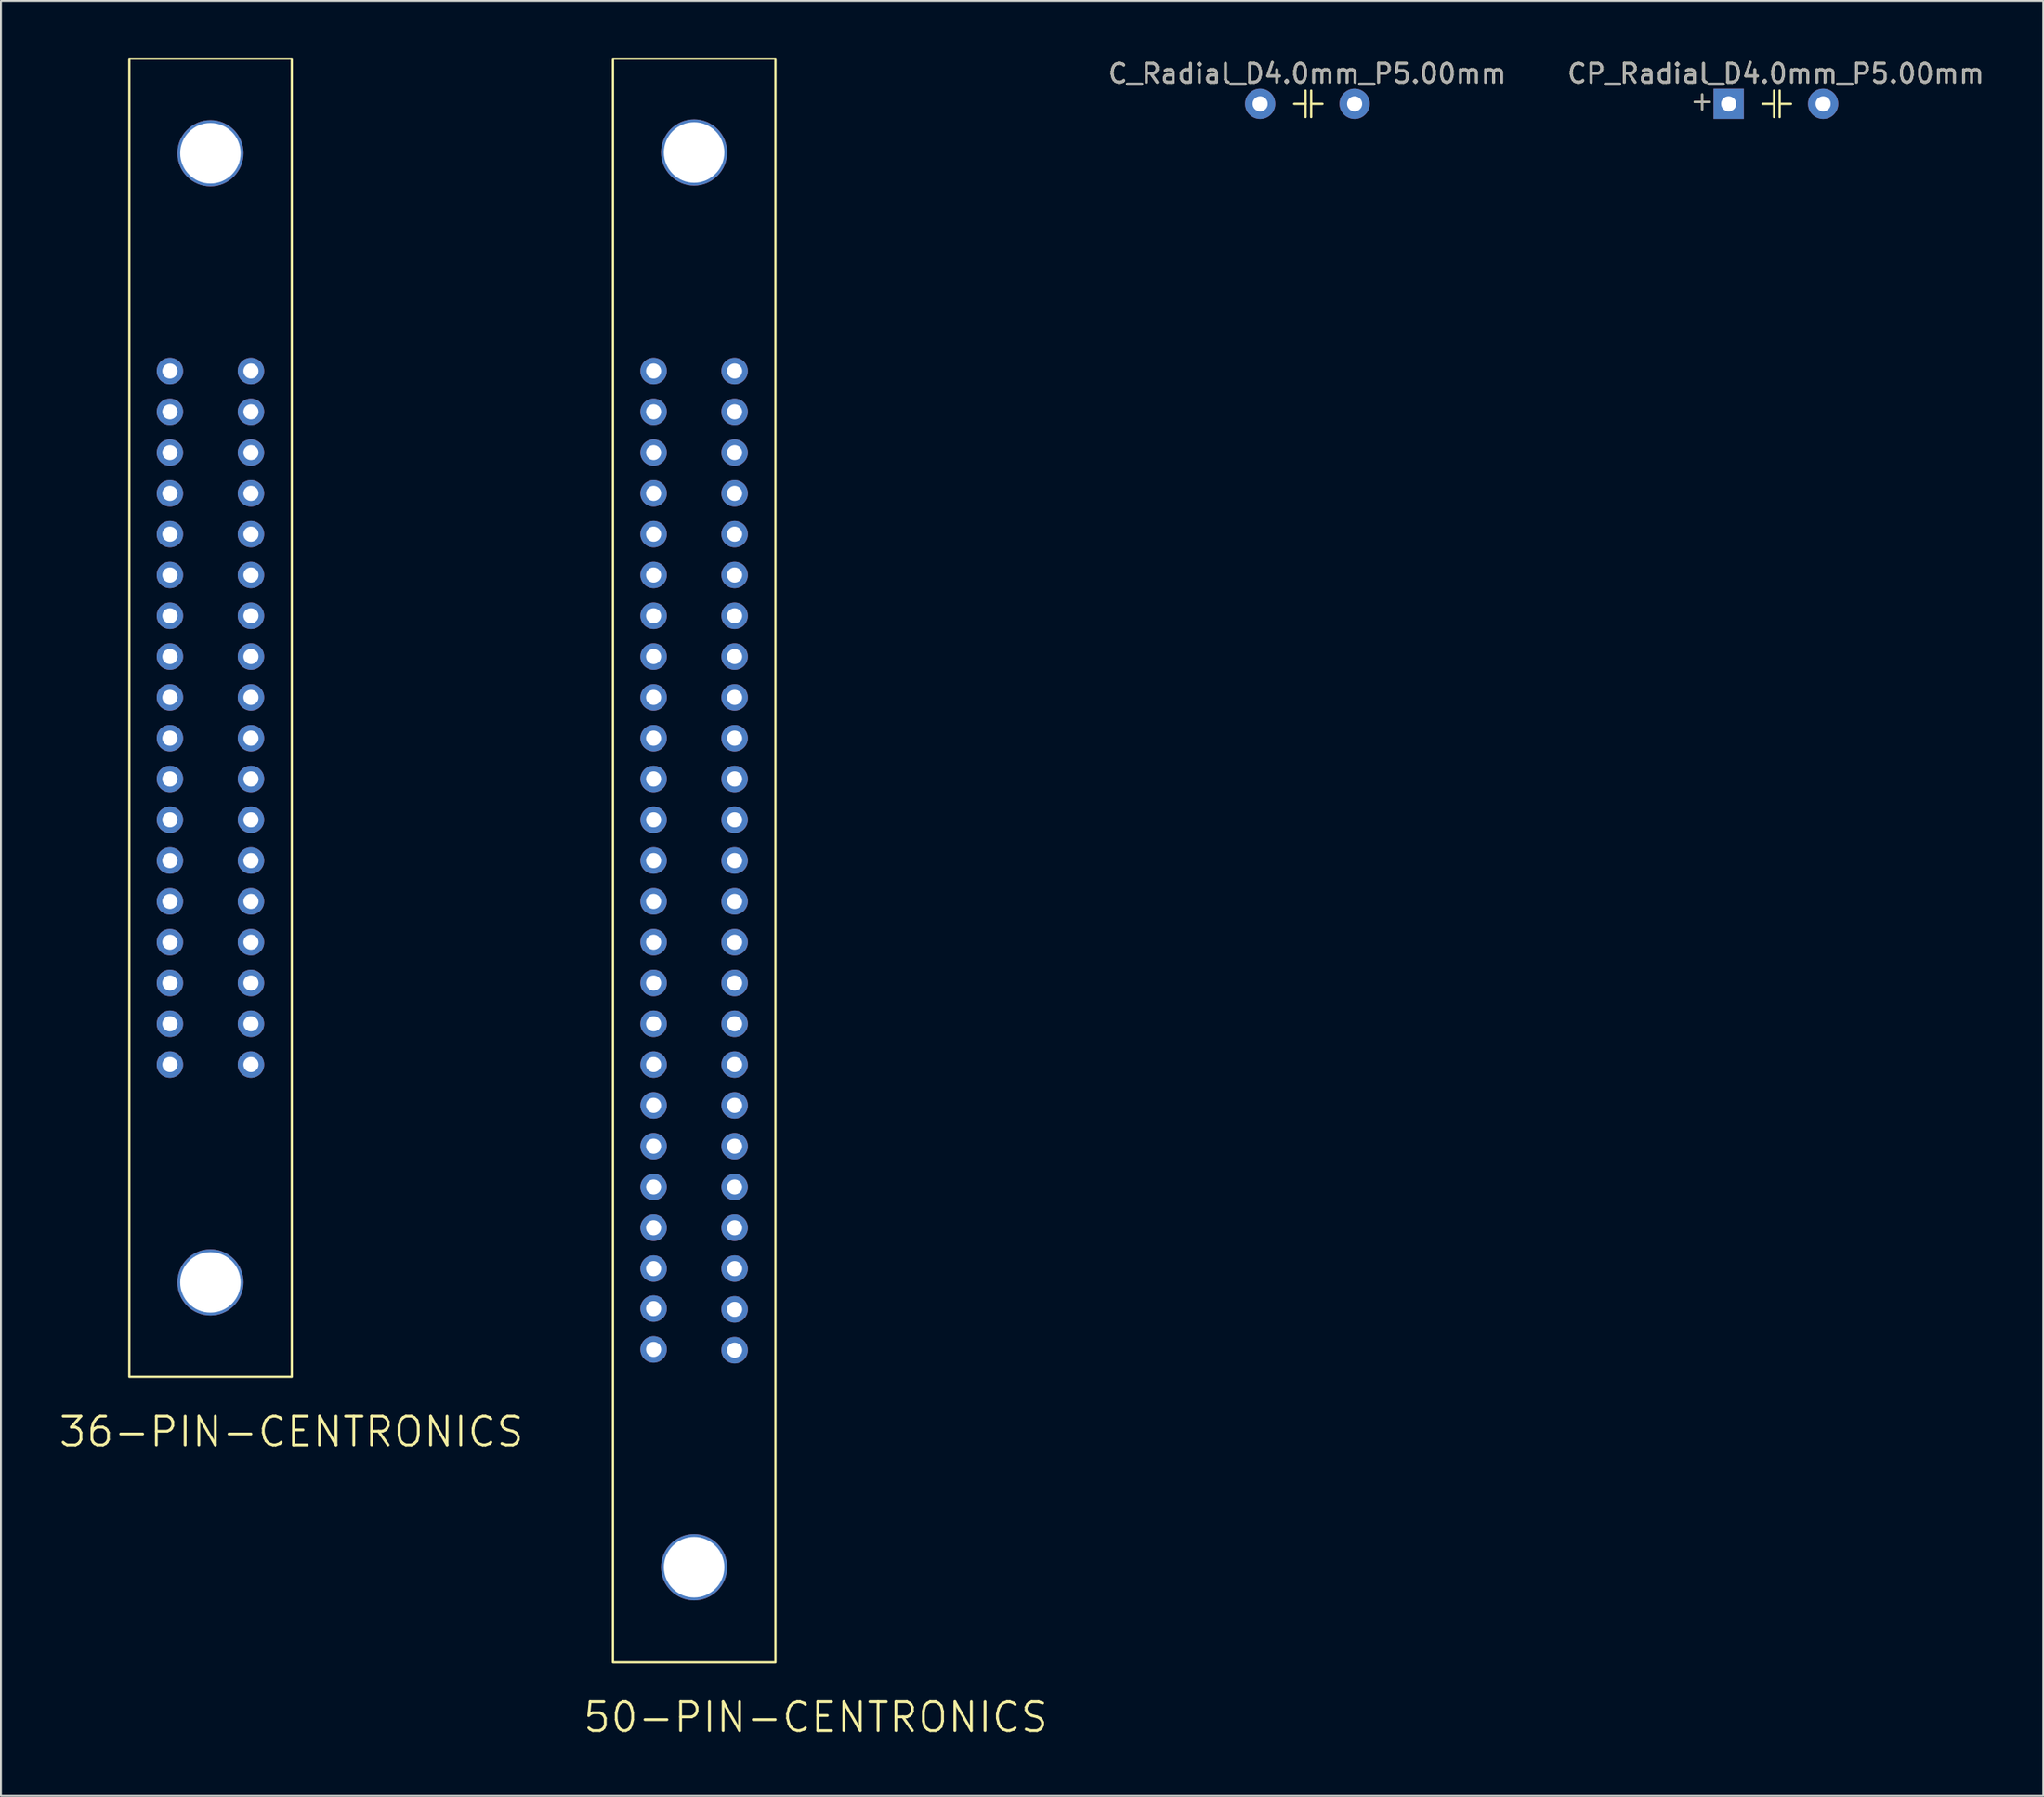
<source format=kicad_pcb>
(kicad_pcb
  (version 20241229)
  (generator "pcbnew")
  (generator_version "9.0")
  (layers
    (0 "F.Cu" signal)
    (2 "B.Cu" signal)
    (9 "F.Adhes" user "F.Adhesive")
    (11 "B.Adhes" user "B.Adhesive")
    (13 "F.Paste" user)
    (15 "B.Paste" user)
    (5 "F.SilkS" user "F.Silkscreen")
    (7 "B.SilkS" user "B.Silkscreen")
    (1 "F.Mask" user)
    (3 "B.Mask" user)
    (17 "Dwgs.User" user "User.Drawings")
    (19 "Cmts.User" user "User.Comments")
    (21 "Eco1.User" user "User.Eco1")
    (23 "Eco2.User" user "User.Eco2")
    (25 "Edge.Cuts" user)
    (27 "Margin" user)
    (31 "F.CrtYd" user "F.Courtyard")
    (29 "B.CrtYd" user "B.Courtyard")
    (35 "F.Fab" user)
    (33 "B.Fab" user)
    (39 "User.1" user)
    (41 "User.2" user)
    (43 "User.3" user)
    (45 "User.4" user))
  (footprint "36-PIN-CENTRONICS"
    (layer "F.Cu")
    (at 5.943 16.59)
    (property "Reference" "36-PIN-CENTRONICS" (at 6.43 56.16 0) (layer "F.SilkS") (effects (font (size 1.524 1.524) (thickness 0.15))))
    (attr exclude_from_pos_files exclude_from_bom)
    (fp_rect (start 6.45 -16.53) (end -2.15 53.25) (stroke (width 0.12) (type solid)) (fill no) (layer "F.SilkS"))
    (pad "" thru_hole circle (at 2.145 -11.53) (size 3.5 3.5) (drill 3.2) (layers "*.Cu" "*.Mask"))
    (pad "" thru_hole circle (at 2.145 48.25) (size 3.5 3.5) (drill 3.2) (layers "*.Cu" "*.Mask"))
    (pad "1" thru_hole circle (at 4.29 36.72) (size 1.4 1.4) (drill 0.8) (layers "*.Cu" "*.Mask"))
    (pad "2" thru_hole circle (at 0 36.72) (size 1.4 1.4) (drill 0.8) (layers "*.Cu" "*.Mask"))
    (pad "3" thru_hole circle (at 4.29 34.56) (size 1.4 1.4) (drill 0.8) (layers "*.Cu" "*.Mask"))
    (pad "4" thru_hole circle (at 0 34.56) (size 1.4 1.4) (drill 0.8) (layers "*.Cu" "*.Mask"))
    (pad "5" thru_hole circle (at 4.29 32.4) (size 1.4 1.4) (drill 0.8) (layers "*.Cu" "*.Mask"))
    (pad "6" thru_hole circle (at 0 32.4) (size 1.4 1.4) (drill 0.8) (layers "*.Cu" "*.Mask"))
    (pad "7" thru_hole circle (at 4.29 30.24) (size 1.4 1.4) (drill 0.8) (layers "*.Cu" "*.Mask"))
    (pad "8" thru_hole circle (at 0 30.24) (size 1.4 1.4) (drill 0.8) (layers "*.Cu" "*.Mask"))
    (pad "9" thru_hole circle (at 4.29 28.08) (size 1.4 1.4) (drill 0.8) (layers "*.Cu" "*.Mask"))
    (pad "10" thru_hole circle (at 0 28.08) (size 1.4 1.4) (drill 0.8) (layers "*.Cu" "*.Mask"))
    (pad "11" thru_hole circle (at 4.29 25.92) (size 1.4 1.4) (drill 0.8) (layers "*.Cu" "*.Mask"))
    (pad "12" thru_hole circle (at 0 25.92) (size 1.4 1.4) (drill 0.8) (layers "*.Cu" "*.Mask"))
    (pad "13" thru_hole circle (at 4.29 23.76) (size 1.4 1.4) (drill 0.8) (layers "*.Cu" "*.Mask"))
    (pad "14" thru_hole circle (at 0 23.76) (size 1.4 1.4) (drill 0.8) (layers "*.Cu" "*.Mask"))
    (pad "15" thru_hole circle (at 4.29 21.6) (size 1.4 1.4) (drill 0.8) (layers "*.Cu" "*.Mask"))
    (pad "16" thru_hole circle (at 0 21.6) (size 1.4 1.4) (drill 0.8) (layers "*.Cu" "*.Mask"))
    (pad "17" thru_hole circle (at 4.29 19.44) (size 1.4 1.4) (drill 0.8) (layers "*.Cu" "*.Mask"))
    (pad "18" thru_hole circle (at 0 19.44) (size 1.4 1.4) (drill 0.8) (layers "*.Cu" "*.Mask"))
    (pad "19" thru_hole circle (at 4.29 17.28) (size 1.4 1.4) (drill 0.8) (layers "*.Cu" "*.Mask"))
    (pad "20" thru_hole circle (at 0 17.28) (size 1.4 1.4) (drill 0.8) (layers "*.Cu" "*.Mask"))
    (pad "21" thru_hole circle (at 4.29 15.12) (size 1.4 1.4) (drill 0.8) (layers "*.Cu" "*.Mask"))
    (pad "22" thru_hole circle (at 0 15.12) (size 1.4 1.4) (drill 0.8) (layers "*.Cu" "*.Mask"))
    (pad "23" thru_hole circle (at 4.29 12.96) (size 1.4 1.4) (drill 0.8) (layers "*.Cu" "*.Mask"))
    (pad "24" thru_hole circle (at 0 12.96) (size 1.4 1.4) (drill 0.8) (layers "*.Cu" "*.Mask"))
    (pad "25" thru_hole circle (at 4.29 10.8) (size 1.4 1.4) (drill 0.8) (layers "*.Cu" "*.Mask"))
    (pad "26" thru_hole circle (at 0 10.8) (size 1.4 1.4) (drill 0.8) (layers "*.Cu" "*.Mask"))
    (pad "27" thru_hole circle (at 4.29 8.64) (size 1.4 1.4) (drill 0.8) (layers "*.Cu" "*.Mask"))
    (pad "28" thru_hole circle (at 0 8.64) (size 1.4 1.4) (drill 0.8) (layers "*.Cu" "*.Mask"))
    (pad "29" thru_hole circle (at 4.29 6.48) (size 1.4 1.4) (drill 0.8) (layers "*.Cu" "*.Mask"))
    (pad "30" thru_hole circle (at 0 6.48) (size 1.4 1.4) (drill 0.8) (layers "*.Cu" "*.Mask"))
    (pad "31" thru_hole circle (at 4.29 4.32) (size 1.4 1.4) (drill 0.8) (layers "*.Cu" "*.Mask"))
    (pad "32" thru_hole circle (at 0 4.32) (size 1.4 1.4) (drill 0.8) (layers "*.Cu" "*.Mask"))
    (pad "33" thru_hole circle (at 4.29 2.16) (size 1.4 1.4) (drill 0.8) (layers "*.Cu" "*.Mask"))
    (pad "34" thru_hole circle (at 0 2.16) (size 1.4 1.4) (drill 0.8) (layers "*.Cu" "*.Mask"))
    (pad "35" thru_hole circle (at 4.29 0) (size 1.4 1.4) (drill 0.8) (layers "*.Cu" "*.Mask"))
    (pad "36" thru_hole circle (at 0 0) (size 1.4 1.4) (drill 0.8) (layers "*.Cu" "*.Mask")))
  (footprint "C_Radial_D4.0mm_P5.00mm"
    (layer "F.Cu")
    (at 63.643 2.448)
    (property "Reference" "C_Radial_D4.0mm_P5.00mm" (at 2.5 -1.6 0) (layer "F.SilkS") (effects (font (size 1 1) (thickness 0.15))))
    (attr through_hole)
    (fp_line (start 1.8 0) (end 2.4 0) (stroke (width 0.12) (type solid)) (layer "F.SilkS"))
    (fp_line (start 2.4 -0.7) (end 2.4 0.7) (stroke (width 0.12) (type solid)) (layer "F.SilkS"))
    (fp_line (start 2.7 0) (end 3.3 0) (stroke (width 0.12) (type solid)) (layer "F.SilkS"))
    (fp_line (start 2.7 0.7) (end 2.7 -0.7) (stroke (width 0.12) (type solid)) (layer "F.SilkS"))
    (fp_text user "${REFERENCE}" (at 2.5 -1.6 0) (layer "F.Fab") (effects (font (size 1 1) (thickness 0.15))))
    (pad "1" thru_hole circle (at 0 0) (size 1.6 1.6) (drill 0.8) (layers "*.Cu" "*.Mask"))
    (pad "2" thru_hole circle (at 5 0) (size 1.6 1.6) (drill 0.8) (layers "*.Cu" "*.Mask")))
  (footprint "CP_Radial_D4.0mm_P5.00mm"
    (layer "F.Cu")
    (at 88.44 2.448)
    (property "Reference" "CP_Radial_D4.0mm_P5.00mm" (at 2.5 -1.6 0) (layer "F.SilkS") (effects (font (size 1 1) (thickness 0.15))))
    (attr through_hole)
    (fp_line (start -1.8 -0.1) (end -1 -0.1) (stroke (width 0.12) (type solid)) (layer "F.SilkS"))
    (fp_line (start -1.4 -0.5) (end -1.4 0.3) (stroke (width 0.12) (type solid)) (layer "F.SilkS"))
    (fp_line (start 1.8 0) (end 2.4 0) (stroke (width 0.12) (type solid)) (layer "F.SilkS"))
    (fp_line (start 2.4 -0.7) (end 2.4 0.7) (stroke (width 0.12) (type solid)) (layer "F.SilkS"))
    (fp_line (start 2.7 0) (end 3.3 0) (stroke (width 0.12) (type solid)) (layer "F.SilkS"))
    (fp_line (start 2.7 0.7) (end 2.7 -0.7) (stroke (width 0.12) (type solid)) (layer "F.SilkS"))
    (fp_line (start -1.8 -0.1) (end -1 -0.1) (stroke (width 0.1) (type solid)) (layer "F.Fab"))
    (fp_line (start -1.4 -0.5) (end -1.4 0.3) (stroke (width 0.1) (type solid)) (layer "F.Fab"))
    (fp_text user "${REFERENCE}" (at 2.5 -1.6 0) (layer "F.Fab") (effects (font (size 1 1) (thickness 0.15))))
    (pad "1" thru_hole rect (at 0 0) (size 1.6 1.6) (drill 0.8) (layers "*.Cu" "*.Mask"))
    (pad "2" thru_hole circle (at 5 0) (size 1.6 1.6) (drill 0.8) (layers "*.Cu" "*.Mask")))
  (footprint "50-PIN-CENTRONICS"
    (layer "F.Cu")
    (at 31.54 42.51)
    (property "Reference" "50-PIN-CENTRONICS" (at 8.58 45.36 0) (layer "F.SilkS") (effects (font (size 1.524 1.524) (thickness 0.15))))
    (attr exclude_from_pos_files exclude_from_bom)
    (fp_rect (start 6.45 -42.45) (end -2.15 42.45) (stroke (width 0.12) (type solid)) (fill no) (layer "F.SilkS"))
    (pad "" thru_hole circle (at 2.145 -37.49) (size 3.5 3.5) (drill 3.2) (layers "*.Cu" "*.Mask"))
    (pad "" thru_hole circle (at 2.145 37.41) (size 3.5 3.5) (drill 3.2) (layers "*.Cu" "*.Mask"))
    (pad "1" thru_hole circle (at 4.29 25.92) (size 1.4 1.4) (drill 0.8) (layers "*.Cu" "*.Mask"))
    (pad "2" thru_hole circle (at 0 25.88) (size 1.4 1.4) (drill 0.8) (layers "*.Cu" "*.Mask"))
    (pad "3" thru_hole circle (at 4.29 23.76) (size 1.4 1.4) (drill 0.8) (layers "*.Cu" "*.Mask"))
    (pad "4" thru_hole circle (at 0 23.72) (size 1.4 1.4) (drill 0.8) (layers "*.Cu" "*.Mask"))
    (pad "5" thru_hole circle (at 4.29 21.6) (size 1.4 1.4) (drill 0.8) (layers "*.Cu" "*.Mask"))
    (pad "6" thru_hole circle (at 0 21.6) (size 1.4 1.4) (drill 0.8) (layers "*.Cu" "*.Mask"))
    (pad "7" thru_hole circle (at 4.29 19.44) (size 1.4 1.4) (drill 0.8) (layers "*.Cu" "*.Mask"))
    (pad "8" thru_hole circle (at 0 19.44) (size 1.4 1.4) (drill 0.8) (layers "*.Cu" "*.Mask"))
    (pad "9" thru_hole circle (at 4.29 17.28) (size 1.4 1.4) (drill 0.8) (layers "*.Cu" "*.Mask"))
    (pad "10" thru_hole circle (at 0 17.28) (size 1.4 1.4) (drill 0.8) (layers "*.Cu" "*.Mask"))
    (pad "11" thru_hole circle (at 4.29 15.12) (size 1.4 1.4) (drill 0.8) (layers "*.Cu" "*.Mask"))
    (pad "12" thru_hole circle (at 0 15.12) (size 1.4 1.4) (drill 0.8) (layers "*.Cu" "*.Mask"))
    (pad "13" thru_hole circle (at 4.29 12.96) (size 1.4 1.4) (drill 0.8) (layers "*.Cu" "*.Mask"))
    (pad "14" thru_hole circle (at 0 12.96) (size 1.4 1.4) (drill 0.8) (layers "*.Cu" "*.Mask"))
    (pad "15" thru_hole circle (at 4.29 10.8) (size 1.4 1.4) (drill 0.8) (layers "*.Cu" "*.Mask"))
    (pad "16" thru_hole circle (at 0 10.8) (size 1.4 1.4) (drill 0.8) (layers "*.Cu" "*.Mask"))
    (pad "17" thru_hole circle (at 4.29 8.64) (size 1.4 1.4) (drill 0.8) (layers "*.Cu" "*.Mask"))
    (pad "18" thru_hole circle (at 0 8.64) (size 1.4 1.4) (drill 0.8) (layers "*.Cu" "*.Mask"))
    (pad "19" thru_hole circle (at 4.29 6.48) (size 1.4 1.4) (drill 0.8) (layers "*.Cu" "*.Mask"))
    (pad "20" thru_hole circle (at 0 6.48) (size 1.4 1.4) (drill 0.8) (layers "*.Cu" "*.Mask"))
    (pad "21" thru_hole circle (at 4.29 4.32) (size 1.4 1.4) (drill 0.8) (layers "*.Cu" "*.Mask"))
    (pad "22" thru_hole circle (at 0 4.32) (size 1.4 1.4) (drill 0.8) (layers "*.Cu" "*.Mask"))
    (pad "23" thru_hole circle (at 4.29 2.16) (size 1.4 1.4) (drill 0.8) (layers "*.Cu" "*.Mask"))
    (pad "24" thru_hole circle (at 0 2.16) (size 1.4 1.4) (drill 0.8) (layers "*.Cu" "*.Mask"))
    (pad "25" thru_hole circle (at 4.29 0) (size 1.4 1.4) (drill 0.8) (layers "*.Cu" "*.Mask"))
    (pad "26" thru_hole circle (at 0 0) (size 1.4 1.4) (drill 0.8) (layers "*.Cu" "*.Mask"))
    (pad "27" thru_hole circle (at 4.29 -2.16) (size 1.4 1.4) (drill 0.8) (layers "*.Cu" "*.Mask"))
    (pad "28" thru_hole circle (at 0 -2.16) (size 1.4 1.4) (drill 0.8) (layers "*.Cu" "*.Mask"))
    (pad "29" thru_hole circle (at 4.29 -4.32) (size 1.4 1.4) (drill 0.8) (layers "*.Cu" "*.Mask"))
    (pad "30" thru_hole circle (at 0 -4.32) (size 1.4 1.4) (drill 0.8) (layers "*.Cu" "*.Mask"))
    (pad "31" thru_hole circle (at 4.29 -6.48) (size 1.4 1.4) (drill 0.8) (layers "*.Cu" "*.Mask"))
    (pad "32" thru_hole circle (at 0 -6.48) (size 1.4 1.4) (drill 0.8) (layers "*.Cu" "*.Mask"))
    (pad "33" thru_hole circle (at 4.29 -8.64) (size 1.4 1.4) (drill 0.8) (layers "*.Cu" "*.Mask"))
    (pad "34" thru_hole circle (at 0 -8.64) (size 1.4 1.4) (drill 0.8) (layers "*.Cu" "*.Mask"))
    (pad "35" thru_hole circle (at 4.29 -10.8) (size 1.4 1.4) (drill 0.8) (layers "*.Cu" "*.Mask"))
    (pad "36" thru_hole circle (at 0 -10.8) (size 1.4 1.4) (drill 0.8) (layers "*.Cu" "*.Mask"))
    (pad "37" thru_hole circle (at 4.29 -12.96) (size 1.4 1.4) (drill 0.8) (layers "*.Cu" "*.Mask"))
    (pad "38" thru_hole circle (at 0 -12.96) (size 1.4 1.4) (drill 0.8) (layers "*.Cu" "*.Mask"))
    (pad "39" thru_hole circle (at 4.29 -15.12) (size 1.4 1.4) (drill 0.8) (layers "*.Cu" "*.Mask"))
    (pad "40" thru_hole circle (at 0 -15.12) (size 1.4 1.4) (drill 0.8) (layers "*.Cu" "*.Mask"))
    (pad "41" thru_hole circle (at 4.29 -17.28) (size 1.4 1.4) (drill 0.8) (layers "*.Cu" "*.Mask"))
    (pad "42" thru_hole circle (at 0 -17.28) (size 1.4 1.4) (drill 0.8) (layers "*.Cu" "*.Mask"))
    (pad "43" thru_hole circle (at 4.29 -19.44) (size 1.4 1.4) (drill 0.8) (layers "*.Cu" "*.Mask"))
    (pad "44" thru_hole circle (at 0 -19.44) (size 1.4 1.4) (drill 0.8) (layers "*.Cu" "*.Mask"))
    (pad "45" thru_hole circle (at 4.29 -21.6) (size 1.4 1.4) (drill 0.8) (layers "*.Cu" "*.Mask"))
    (pad "46" thru_hole circle (at 0 -21.6) (size 1.4 1.4) (drill 0.8) (layers "*.Cu" "*.Mask"))
    (pad "47" thru_hole circle (at 4.29 -23.76) (size 1.4 1.4) (drill 0.8) (layers "*.Cu" "*.Mask"))
    (pad "48" thru_hole circle (at 0 -23.76) (size 1.4 1.4) (drill 0.8) (layers "*.Cu" "*.Mask"))
    (pad "49" thru_hole circle (at 4.29 -25.92) (size 1.4 1.4) (drill 0.8) (layers "*.Cu" "*.Mask"))
    (pad "50" thru_hole circle (at 0 -25.92) (size 1.4 1.4) (drill 0.8) (layers "*.Cu" "*.Mask")))
  (gr_rect
    (start -3 -3)
    (end 105.089 92.025)
    (stroke (width 0.1) (type default))
    (fill no)
    (layer "Edge.Cuts")))
</source>
